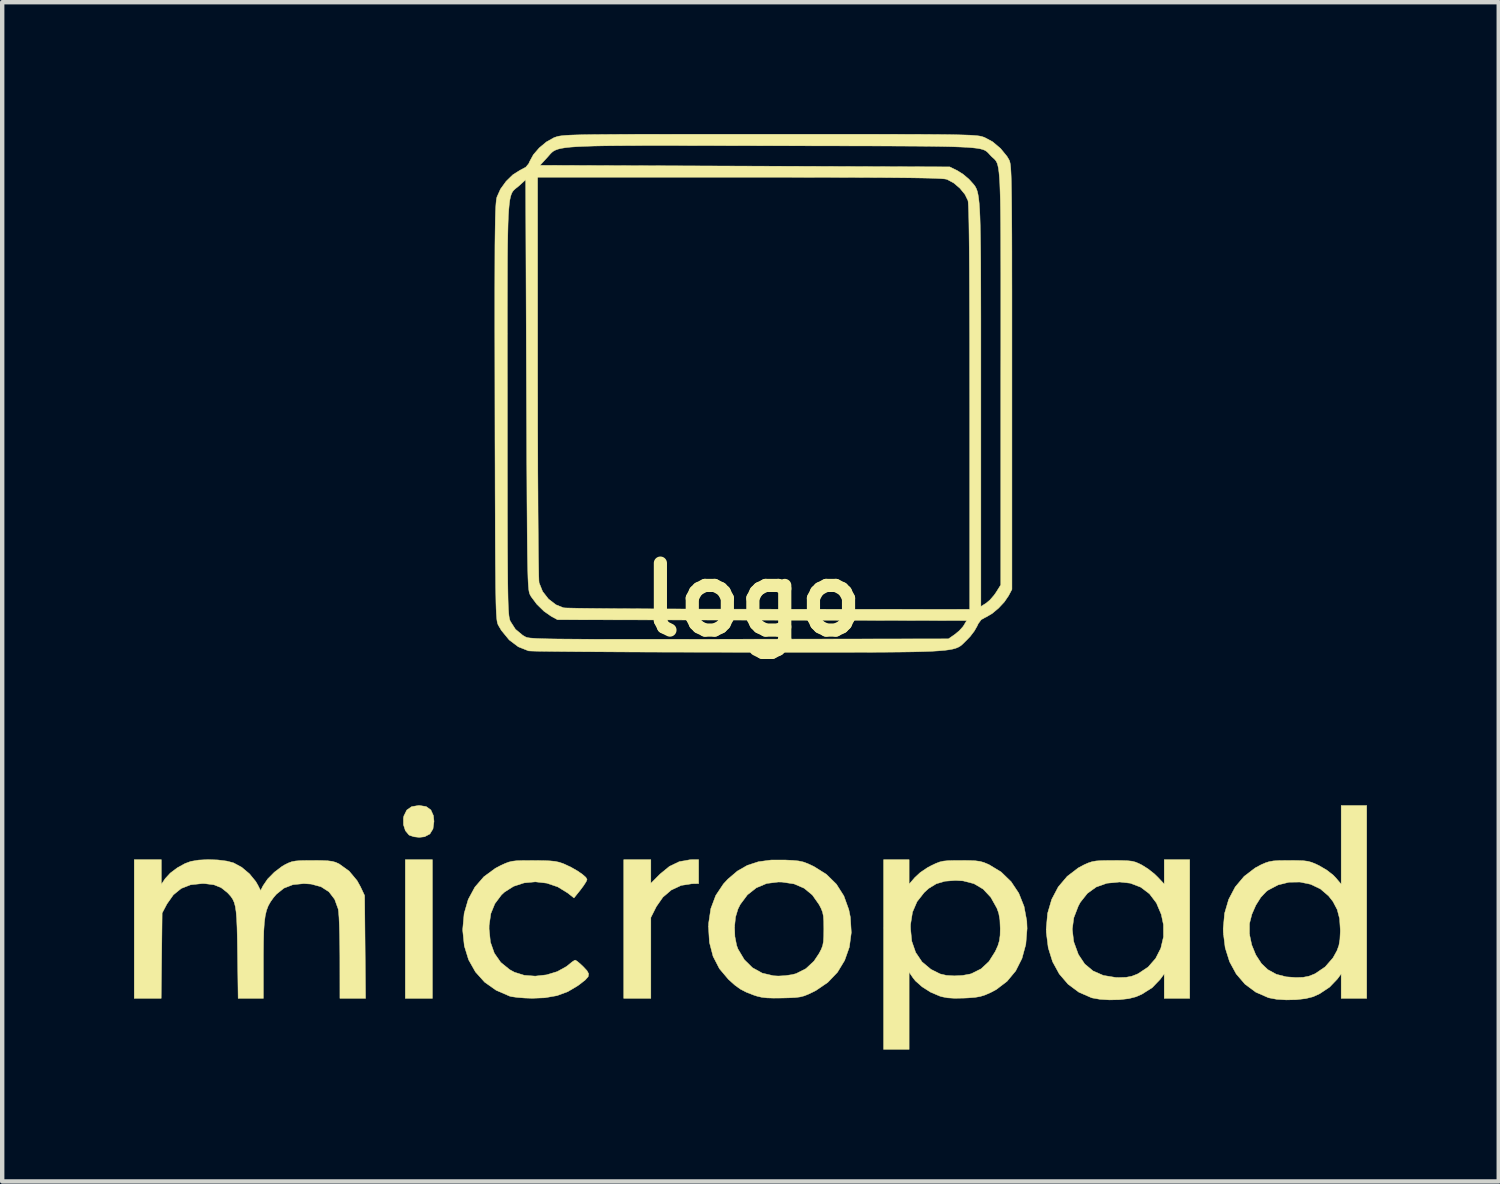
<source format=kicad_pcb>
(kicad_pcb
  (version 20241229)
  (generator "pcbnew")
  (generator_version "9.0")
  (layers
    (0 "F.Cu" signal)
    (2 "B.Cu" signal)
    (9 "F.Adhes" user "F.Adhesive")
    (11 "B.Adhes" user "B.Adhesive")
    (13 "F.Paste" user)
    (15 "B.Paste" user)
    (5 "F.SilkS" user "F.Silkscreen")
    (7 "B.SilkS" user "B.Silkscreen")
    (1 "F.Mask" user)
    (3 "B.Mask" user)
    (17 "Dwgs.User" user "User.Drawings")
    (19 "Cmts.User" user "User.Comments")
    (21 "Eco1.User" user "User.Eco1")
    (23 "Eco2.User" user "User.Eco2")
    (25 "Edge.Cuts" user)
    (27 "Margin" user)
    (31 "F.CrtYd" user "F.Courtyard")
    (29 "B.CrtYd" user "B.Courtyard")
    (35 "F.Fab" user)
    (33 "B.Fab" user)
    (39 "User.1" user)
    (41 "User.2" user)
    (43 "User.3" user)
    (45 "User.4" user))
  (footprint "logo"
    (layer "F.Cu")
    (at 14.084 10.6)
    (property "Reference" "logo" (at 0 0 0) (layer "F.SilkS") (effects (font (size 1.524 1.524) (thickness 0.3))))
    (attr through_hole)
    (fp_poly (pts (xy -7.293 9.071) (xy -7.91 9.071) (xy -7.91 5.915) (xy -7.293 5.915) (xy -7.293 9.071)) (stroke (width 0.01) (type solid)) (fill yes) (layer "F.SilkS"))
    (fp_poly (pts (xy -7.435 4.706) (xy -7.328 4.783) (xy -7.27 4.913) (xy -7.257 5.044) (xy -7.28 5.214) (xy -7.351 5.33) (xy -7.471 5.393) (xy -7.592 5.407) (xy -7.71 5.394) (xy -7.809 5.362) (xy -7.828 5.351) (xy -7.908 5.255) (xy -7.952 5.119) (xy -7.953 4.968) (xy -7.942 4.918) (xy -7.877 4.786) (xy -7.766 4.708) (xy -7.604 4.681) (xy -7.592 4.681) (xy -7.435 4.706)) (stroke (width 0.01) (type solid)) (fill yes) (layer "F.SilkS"))
    (fp_poly (pts (xy -2.322 6.453) (xy -2.111 6.241) (xy -1.897 6.066) (xy -1.673 5.959) (xy -1.427 5.916) (xy -1.372 5.915) (xy -1.234 5.915) (xy -1.234 6.459) (xy -1.388 6.462) (xy -1.633 6.501) (xy -1.856 6.605) (xy -2.047 6.768) (xy -2.197 6.983) (xy -2.208 7.005) (xy -2.322 7.232) (xy -2.322 9.071) (xy -2.939 9.071) (xy -2.939 5.915) (xy -2.322 5.915) (xy -2.322 6.453)) (stroke (width 0.01) (type solid)) (fill yes) (layer "F.SilkS"))
    (fp_poly (pts (xy 9.942 9.071) (xy 9.362 9.071) (xy 9.362 8.513) (xy 9.27 8.638) (xy 9.089 8.827) (xy 8.852 8.977) (xy 8.719 9.035) (xy 8.554 9.077) (xy 8.344 9.101) (xy 8.118 9.106) (xy 7.902 9.093) (xy 7.722 9.061) (xy 7.703 9.055) (xy 7.417 8.93) (xy 7.173 8.748) (xy 6.973 8.515) (xy 6.821 8.237) (xy 6.722 7.919) (xy 6.678 7.568) (xy 6.677 7.498) (xy 7.269 7.498) (xy 7.3 7.766) (xy 7.308 7.798) (xy 7.408 8.072) (xy 7.552 8.288) (xy 7.742 8.447) (xy 7.976 8.549) (xy 8.255 8.595) (xy 8.33 8.597) (xy 8.495 8.592) (xy 8.625 8.567) (xy 8.752 8.517) (xy 8.772 8.507) (xy 8.995 8.358) (xy 9.166 8.163) (xy 9.284 7.931) (xy 9.345 7.672) (xy 9.344 7.394) (xy 9.295 7.161) (xy 9.184 6.9) (xy 9.026 6.692) (xy 8.827 6.541) (xy 8.59 6.45) (xy 8.343 6.423) (xy 8.057 6.451) (xy 7.814 6.537) (xy 7.614 6.681) (xy 7.453 6.884) (xy 7.407 6.969) (xy 7.304 7.237) (xy 7.269 7.498) (xy 6.677 7.498) (xy 6.677 7.481) (xy 6.708 7.135) (xy 6.801 6.818) (xy 6.95 6.535) (xy 7.153 6.295) (xy 7.404 6.103) (xy 7.54 6.03) (xy 7.633 5.989) (xy 7.718 5.961) (xy 7.812 5.944) (xy 7.934 5.936) (xy 8.101 5.933) (xy 8.201 5.933) (xy 8.393 5.934) (xy 8.53 5.939) (xy 8.631 5.95) (xy 8.711 5.971) (xy 8.79 6.005) (xy 8.854 6.037) (xy 8.997 6.127) (xy 9.141 6.241) (xy 9.207 6.305) (xy 9.362 6.469) (xy 9.362 5.915) (xy 9.942 5.915) (xy 9.942 9.071)) (stroke (width 0.01) (type solid)) (fill yes) (layer "F.SilkS"))
    (fp_poly (pts (xy -4.989 5.934) (xy -4.777 5.936) (xy -4.62 5.942) (xy -4.504 5.953) (xy -4.41 5.973) (xy -4.323 6.002) (xy -4.287 6.017) (xy -4.138 6.087) (xy -3.998 6.167) (xy -3.881 6.247) (xy -3.801 6.317) (xy -3.774 6.365) (xy -3.795 6.417) (xy -3.851 6.504) (xy -3.922 6.6) (xy -4.071 6.786) (xy -4.214 6.673) (xy -4.44 6.534) (xy -4.691 6.449) (xy -4.95 6.419) (xy -5.206 6.443) (xy -5.445 6.521) (xy -5.652 6.652) (xy -5.722 6.717) (xy -5.872 6.917) (xy -5.964 7.143) (xy -6.002 7.408) (xy -6.003 7.493) (xy -5.973 7.79) (xy -5.884 8.043) (xy -5.738 8.252) (xy -5.535 8.417) (xy -5.425 8.477) (xy -5.203 8.546) (xy -4.953 8.565) (xy -4.696 8.536) (xy -4.452 8.462) (xy -4.244 8.347) (xy -4.192 8.306) (xy -4.113 8.241) (xy -4.055 8.204) (xy -4.042 8.201) (xy -4.002 8.224) (xy -3.929 8.285) (xy -3.859 8.351) (xy -3.775 8.441) (xy -3.737 8.512) (xy -3.748 8.577) (xy -3.813 8.651) (xy -3.934 8.746) (xy -3.98 8.78) (xy -4.211 8.918) (xy -4.457 9.009) (xy -4.737 9.058) (xy -5.02 9.069) (xy -5.195 9.063) (xy -5.359 9.05) (xy -5.488 9.032) (xy -5.534 9.021) (xy -5.843 8.887) (xy -6.105 8.702) (xy -6.314 8.469) (xy -6.47 8.192) (xy -6.567 7.877) (xy -6.603 7.528) (xy -6.603 7.494) (xy -6.571 7.14) (xy -6.478 6.82) (xy -6.327 6.54) (xy -6.121 6.302) (xy -5.862 6.112) (xy -5.743 6.049) (xy -5.643 6.003) (xy -5.56 5.971) (xy -5.477 5.951) (xy -5.377 5.939) (xy -5.244 5.935) (xy -5.061 5.934) (xy -4.989 5.934)) (stroke (width 0.01) (type solid)) (fill yes) (layer "F.SilkS"))
    (fp_poly (pts (xy 13.97 9.071) (xy 13.389 9.071) (xy 13.389 8.513) (xy 13.304 8.629) (xy 13.126 8.815) (xy 12.899 8.966) (xy 12.75 9.034) (xy 12.582 9.076) (xy 12.37 9.101) (xy 12.142 9.106) (xy 11.925 9.093) (xy 11.745 9.059) (xy 11.731 9.055) (xy 11.445 8.93) (xy 11.2 8.748) (xy 11 8.515) (xy 10.849 8.237) (xy 10.749 7.919) (xy 10.706 7.568) (xy 10.704 7.481) (xy 10.714 7.379) (xy 11.302 7.379) (xy 11.302 7.613) (xy 11.353 7.854) (xy 11.446 8.082) (xy 11.574 8.279) (xy 11.719 8.417) (xy 11.913 8.523) (xy 12.138 8.581) (xy 12.357 8.597) (xy 12.523 8.592) (xy 12.652 8.567) (xy 12.78 8.517) (xy 12.8 8.507) (xy 13.024 8.355) (xy 13.203 8.149) (xy 13.294 7.985) (xy 13.337 7.866) (xy 13.36 7.729) (xy 13.369 7.55) (xy 13.369 7.511) (xy 13.353 7.259) (xy 13.299 7.051) (xy 13.202 6.867) (xy 13.103 6.741) (xy 12.917 6.581) (xy 12.695 6.475) (xy 12.451 6.424) (xy 12.2 6.428) (xy 11.954 6.489) (xy 11.729 6.607) (xy 11.683 6.641) (xy 11.559 6.773) (xy 11.446 6.953) (xy 11.357 7.156) (xy 11.305 7.358) (xy 11.302 7.379) (xy 10.714 7.379) (xy 10.736 7.135) (xy 10.829 6.818) (xy 10.978 6.535) (xy 11.18 6.295) (xy 11.431 6.103) (xy 11.567 6.03) (xy 11.663 5.988) (xy 11.75 5.96) (xy 11.847 5.943) (xy 11.973 5.935) (xy 12.146 5.933) (xy 12.211 5.933) (xy 12.398 5.934) (xy 12.533 5.939) (xy 12.633 5.952) (xy 12.719 5.976) (xy 12.811 6.014) (xy 12.89 6.052) (xy 13.062 6.153) (xy 13.209 6.268) (xy 13.261 6.322) (xy 13.389 6.472) (xy 13.389 4.681) (xy 13.97 4.681) (xy 13.97 9.071)) (stroke (width 0.01) (type solid)) (fill yes) (layer "F.SilkS"))
    (fp_poly (pts (xy 3.556 6.472) (xy 3.685 6.322) (xy 3.808 6.208) (xy 3.972 6.097) (xy 4.056 6.052) (xy 4.163 6.001) (xy 4.251 5.967) (xy 4.339 5.947) (xy 4.448 5.937) (xy 4.595 5.933) (xy 4.735 5.933) (xy 4.926 5.934) (xy 5.064 5.94) (xy 5.168 5.954) (xy 5.256 5.978) (xy 5.347 6.016) (xy 5.378 6.03) (xy 5.651 6.196) (xy 5.877 6.415) (xy 6.052 6.678) (xy 6.172 6.979) (xy 6.234 7.312) (xy 6.241 7.481) (xy 6.212 7.841) (xy 6.124 8.164) (xy 5.982 8.446) (xy 5.786 8.682) (xy 5.54 8.87) (xy 5.412 8.938) (xy 5.287 8.993) (xy 5.175 9.028) (xy 5.053 9.049) (xy 4.894 9.061) (xy 4.802 9.065) (xy 4.591 9.069) (xy 4.431 9.059) (xy 4.302 9.034) (xy 4.252 9.019) (xy 4.044 8.93) (xy 3.853 8.809) (xy 3.7 8.674) (xy 3.645 8.605) (xy 3.556 8.474) (xy 3.556 10.233) (xy 2.975 10.233) (xy 2.975 7.47) (xy 3.587 7.47) (xy 3.616 7.769) (xy 3.705 8.026) (xy 3.85 8.241) (xy 4.052 8.41) (xy 4.262 8.515) (xy 4.404 8.548) (xy 4.585 8.559) (xy 4.774 8.549) (xy 4.943 8.518) (xy 4.976 8.508) (xy 5.194 8.399) (xy 5.373 8.232) (xy 5.517 8.004) (xy 5.577 7.871) (xy 5.611 7.758) (xy 5.627 7.634) (xy 5.63 7.482) (xy 5.622 7.285) (xy 5.595 7.133) (xy 5.555 7.021) (xy 5.415 6.771) (xy 5.241 6.585) (xy 5.032 6.461) (xy 4.784 6.397) (xy 4.61 6.387) (xy 4.37 6.405) (xy 4.175 6.463) (xy 4.003 6.568) (xy 3.901 6.66) (xy 3.736 6.87) (xy 3.633 7.109) (xy 3.589 7.386) (xy 3.587 7.47) (xy 2.975 7.47) (xy 2.975 5.915) (xy 3.556 5.915) (xy 3.556 6.472)) (stroke (width 0.01) (type solid)) (fill yes) (layer "F.SilkS"))
    (fp_poly (pts (xy 0.907 5.931) (xy 1.04 5.944) (xy 1.147 5.967) (xy 1.25 6.005) (xy 1.374 6.063) (xy 1.392 6.072) (xy 1.674 6.249) (xy 1.901 6.472) (xy 2.071 6.74) (xy 2.184 7.053) (xy 2.219 7.226) (xy 2.24 7.574) (xy 2.196 7.904) (xy 2.089 8.207) (xy 1.925 8.478) (xy 1.705 8.708) (xy 1.434 8.893) (xy 1.387 8.917) (xy 1.266 8.975) (xy 1.17 9.014) (xy 1.077 9.038) (xy 0.968 9.052) (xy 0.822 9.059) (xy 0.673 9.063) (xy 0.47 9.065) (xy 0.318 9.06) (xy 0.2 9.046) (xy 0.094 9.021) (xy 0.023 8.998) (xy -0.149 8.931) (xy -0.284 8.861) (xy -0.41 8.77) (xy -0.554 8.641) (xy -0.556 8.639) (xy -0.761 8.396) (xy -0.906 8.114) (xy -0.989 7.795) (xy -1.01 7.439) (xy -1.01 7.438) (xy -0.417 7.438) (xy -0.409 7.664) (xy -0.369 7.867) (xy -0.339 7.948) (xy -0.195 8.19) (xy -0.009 8.374) (xy 0.214 8.497) (xy 0.471 8.557) (xy 0.583 8.563) (xy 0.739 8.554) (xy 0.894 8.531) (xy 0.984 8.508) (xy 1.207 8.395) (xy 1.392 8.222) (xy 1.507 8.05) (xy 1.557 7.954) (xy 1.589 7.87) (xy 1.606 7.776) (xy 1.613 7.651) (xy 1.615 7.493) (xy 1.613 7.321) (xy 1.605 7.2) (xy 1.586 7.108) (xy 1.553 7.024) (xy 1.507 6.936) (xy 1.354 6.719) (xy 1.166 6.564) (xy 0.938 6.466) (xy 0.666 6.425) (xy 0.581 6.423) (xy 0.315 6.456) (xy 0.079 6.555) (xy -0.124 6.715) (xy -0.286 6.932) (xy -0.339 7.038) (xy -0.394 7.22) (xy -0.417 7.438) (xy -1.01 7.438) (xy -1.007 7.365) (xy -0.957 7.029) (xy -0.845 6.73) (xy -0.67 6.467) (xy -0.568 6.357) (xy -0.353 6.174) (xy -0.126 6.044) (xy 0.125 5.962) (xy 0.414 5.923) (xy 0.725 5.922) (xy 0.907 5.931)) (stroke (width 0.01) (type solid)) (fill yes) (layer "F.SilkS"))
    (fp_poly (pts (xy -12.176 5.921) (xy -11.971 5.947) (xy -11.82 5.987) (xy -11.634 6.087) (xy -11.457 6.236) (xy -11.313 6.412) (xy -11.266 6.493) (xy -11.203 6.618) (xy -11.149 6.511) (xy -11.043 6.355) (xy -10.89 6.2) (xy -10.716 6.068) (xy -10.65 6.029) (xy -10.568 5.989) (xy -10.493 5.961) (xy -10.408 5.945) (xy -10.294 5.936) (xy -10.135 5.933) (xy -10.015 5.933) (xy -9.817 5.934) (xy -9.676 5.94) (xy -9.575 5.953) (xy -9.497 5.974) (xy -9.427 6.006) (xy -9.416 6.011) (xy -9.188 6.175) (xy -9.007 6.392) (xy -8.93 6.531) (xy -8.836 6.731) (xy -8.825 7.901) (xy -8.814 9.071) (xy -9.398 9.071) (xy -9.399 8.137) (xy -9.401 7.874) (xy -9.405 7.627) (xy -9.411 7.407) (xy -9.419 7.226) (xy -9.429 7.097) (xy -9.437 7.039) (xy -9.518 6.816) (xy -9.648 6.646) (xy -9.827 6.531) (xy -10.053 6.47) (xy -10.22 6.459) (xy -10.468 6.484) (xy -10.672 6.563) (xy -10.844 6.701) (xy -10.912 6.781) (xy -10.978 6.874) (xy -11.03 6.967) (xy -11.069 7.07) (xy -11.098 7.194) (xy -11.118 7.348) (xy -11.131 7.543) (xy -11.137 7.787) (xy -11.14 8.091) (xy -11.14 8.189) (xy -11.14 9.071) (xy -11.714 9.071) (xy -11.728 8.046) (xy -11.733 7.723) (xy -11.739 7.464) (xy -11.748 7.259) (xy -11.761 7.1) (xy -11.779 6.979) (xy -11.805 6.885) (xy -11.839 6.811) (xy -11.883 6.747) (xy -11.939 6.685) (xy -11.963 6.661) (xy -12.102 6.551) (xy -12.265 6.486) (xy -12.471 6.46) (xy -12.537 6.459) (xy -12.795 6.486) (xy -13.01 6.57) (xy -13.188 6.715) (xy -13.335 6.923) (xy -13.346 6.944) (xy -13.444 7.13) (xy -13.466 9.071) (xy -14.079 9.071) (xy -14.079 5.915) (xy -13.462 5.915) (xy -13.462 6.476) (xy -13.374 6.345) (xy -13.26 6.221) (xy -13.101 6.101) (xy -12.924 6.003) (xy -12.791 5.954) (xy -12.614 5.924) (xy -12.4 5.913) (xy -12.176 5.921)) (stroke (width 0.01) (type solid)) (fill yes) (layer "F.SilkS"))
    (fp_poly (pts (xy 1.061 -10.595) (xy 1.672 -10.595) (xy 2.218 -10.595) (xy 2.703 -10.595) (xy 3.131 -10.594) (xy 3.506 -10.593) (xy 3.831 -10.592) (xy 4.11 -10.59) (xy 4.347 -10.588) (xy 4.547 -10.585) (xy 4.712 -10.581) (xy 4.847 -10.577) (xy 4.955 -10.573) (xy 5.04 -10.567) (xy 5.107 -10.561) (xy 5.159 -10.554) (xy 5.199 -10.546) (xy 5.232 -10.536) (xy 5.262 -10.526) (xy 5.27 -10.523) (xy 5.457 -10.423) (xy 5.636 -10.272) (xy 5.784 -10.091) (xy 5.829 -10.015) (xy 5.839 -9.995) (xy 5.847 -9.969) (xy 5.855 -9.935) (xy 5.862 -9.889) (xy 5.868 -9.826) (xy 5.873 -9.744) (xy 5.878 -9.638) (xy 5.882 -9.505) (xy 5.885 -9.341) (xy 5.888 -9.142) (xy 5.89 -8.904) (xy 5.892 -8.624) (xy 5.894 -8.299) (xy 5.895 -7.924) (xy 5.895 -7.495) (xy 5.896 -7.009) (xy 5.896 -6.463) (xy 5.896 -5.851) (xy 5.896 -5.172) (xy 5.896 -0.236) (xy 5.818 -0.089) (xy 5.722 0.051) (xy 5.591 0.191) (xy 5.448 0.311) (xy 5.313 0.391) (xy 5.293 0.399) (xy 5.197 0.453) (xy 5.13 0.543) (xy 5.103 0.601) (xy 5.04 0.711) (xy 4.945 0.836) (xy 4.864 0.92) (xy 4.824 0.959) (xy 4.788 0.995) (xy 4.754 1.027) (xy 4.717 1.055) (xy 4.673 1.08) (xy 4.62 1.102) (xy 4.552 1.121) (xy 4.467 1.137) (xy 4.36 1.151) (xy 4.228 1.162) (xy 4.067 1.172) (xy 3.873 1.179) (xy 3.642 1.185) (xy 3.371 1.189) (xy 3.056 1.192) (xy 2.693 1.194) (xy 2.278 1.195) (xy 1.807 1.195) (xy 1.278 1.195) (xy 0.685 1.195) (xy 0.025 1.194) (xy -0.342 1.194) (xy -0.919 1.193) (xy -1.477 1.192) (xy -2.012 1.191) (xy -2.519 1.189) (xy -2.993 1.187) (xy -3.432 1.184) (xy -3.829 1.182) (xy -4.181 1.179) (xy -4.482 1.176) (xy -4.73 1.173) (xy -4.919 1.17) (xy -5.044 1.166) (xy -5.102 1.163) (xy -5.104 1.163) (xy -5.338 1.07) (xy -5.546 0.913) (xy -5.725 0.695) (xy -5.792 0.581) (xy -5.802 0.56) (xy -5.811 0.534) (xy -5.819 0.5) (xy -5.826 0.453) (xy -5.832 0.39) (xy -5.838 0.307) (xy -5.843 0.199) (xy -5.847 0.064) (xy -5.85 -0.102) (xy -5.854 -0.303) (xy -5.856 -0.544) (xy -5.859 -0.827) (xy -5.861 -1.156) (xy -5.863 -1.536) (xy -5.864 -1.97) (xy -5.866 -2.462) (xy -5.867 -3.015) (xy -5.869 -3.634) (xy -5.87 -4.261) (xy -5.871 -4.952) (xy -5.872 -5.574) (xy -5.873 -6.13) (xy -5.873 -6.565) (xy -5.588 -6.565) (xy -5.588 -6.051) (xy -5.588 -5.474) (xy -5.587 -4.831) (xy -5.587 -4.349) (xy -5.587 -3.668) (xy -5.587 -3.057) (xy -5.586 -2.51) (xy -5.586 -2.025) (xy -5.585 -1.596) (xy -5.584 -1.222) (xy -5.582 -0.897) (xy -5.58 -0.619) (xy -5.578 -0.382) (xy -5.575 -0.184) (xy -5.572 -0.021) (xy -5.568 0.112) (xy -5.563 0.217) (xy -5.557 0.299) (xy -5.551 0.362) (xy -5.544 0.409) (xy -5.536 0.444) (xy -5.527 0.472) (xy -5.519 0.49) (xy -5.404 0.67) (xy -5.237 0.809) (xy -5.171 0.847) (xy -5.15 0.855) (xy -5.118 0.863) (xy -5.071 0.87) (xy -5.006 0.875) (xy -4.919 0.881) (xy -4.807 0.885) (xy -4.664 0.889) (xy -4.489 0.892) (xy -4.277 0.894) (xy -4.024 0.896) (xy -3.728 0.898) (xy -3.383 0.899) (xy -2.987 0.899) (xy -2.536 0.899) (xy -2.026 0.899) (xy -1.454 0.899) (xy -0.815 0.898) (xy -0.305 0.897) (xy 4.451 0.889) (xy 4.594 0.79) (xy 4.697 0.705) (xy 4.782 0.611) (xy 4.801 0.582) (xy 4.866 0.473) (xy 0.21 0.463) (xy -4.445 0.454) (xy -4.59 0.375) (xy -4.756 0.259) (xy -4.917 0.101) (xy -5.045 -0.07) (xy -5.067 -0.109) (xy -5.077 -0.13) (xy -5.086 -0.156) (xy -5.094 -0.191) (xy -5.101 -0.239) (xy -5.107 -0.304) (xy -5.113 -0.39) (xy -5.118 -0.499) (xy -5.122 -0.637) (xy -5.126 -0.807) (xy -5.13 -1.012) (xy -5.133 -1.257) (xy -5.136 -1.545) (xy -5.138 -1.88) (xy -5.141 -2.266) (xy -5.143 -2.707) (xy -5.146 -3.206) (xy -5.148 -3.767) (xy -5.151 -4.394) (xy -5.153 -4.898) (xy -5.171 -9.559) (xy -5.321 -9.423) (xy -5.359 -9.391) (xy -5.394 -9.364) (xy -5.424 -9.338) (xy -5.452 -9.31) (xy -5.476 -9.276) (xy -5.497 -9.231) (xy -5.515 -9.174) (xy -5.531 -9.099) (xy -5.544 -9.002) (xy -5.555 -8.881) (xy -5.565 -8.732) (xy -5.572 -8.549) (xy -5.577 -8.331) (xy -5.582 -8.073) (xy -5.585 -7.771) (xy -5.586 -7.421) (xy -5.587 -7.021) (xy -5.588 -6.565) (xy -5.873 -6.565) (xy -5.873 -6.626) (xy -5.873 -7.063) (xy -5.872 -7.447) (xy -5.871 -7.78) (xy -5.87 -8.067) (xy -5.867 -8.311) (xy -5.864 -8.515) (xy -5.861 -8.685) (xy -5.857 -8.822) (xy -5.852 -8.932) (xy -5.846 -9.017) (xy -5.84 -9.082) (xy -5.833 -9.129) (xy -5.825 -9.164) (xy -5.825 -9.165) (xy -5.744 -9.346) (xy -5.616 -9.523) (xy -5.521 -9.616) (xy -4.899 -9.616) (xy -4.898 -5.071) (xy -4.897 -4.5) (xy -4.897 -3.948) (xy -4.895 -3.418) (xy -4.894 -2.917) (xy -4.891 -2.447) (xy -4.889 -2.014) (xy -4.886 -1.622) (xy -4.883 -1.276) (xy -4.88 -0.98) (xy -4.876 -0.738) (xy -4.873 -0.556) (xy -4.869 -0.438) (xy -4.865 -0.388) (xy -4.785 -0.189) (xy -4.651 -0.017) (xy -4.48 0.114) (xy -4.309 0.182) (xy -4.259 0.186) (xy -4.14 0.189) (xy -3.958 0.193) (xy -3.716 0.196) (xy -3.42 0.199) (xy -3.074 0.202) (xy -2.682 0.204) (xy -2.249 0.207) (xy -1.78 0.209) (xy -1.278 0.211) (xy -0.748 0.212) (xy -0.195 0.213) (xy 0.372 0.214) (xy 4.935 0.218) (xy 4.935 -4.363) (xy 4.934 -5.132) (xy 4.934 -5.83) (xy 4.932 -6.457) (xy 4.93 -7.014) (xy 4.928 -7.503) (xy 4.925 -7.924) (xy 4.921 -8.279) (xy 4.917 -8.568) (xy 4.912 -8.793) (xy 4.906 -8.954) (xy 4.9 -9.052) (xy 4.896 -9.084) (xy 4.828 -9.224) (xy 4.712 -9.366) (xy 4.571 -9.486) (xy 4.424 -9.565) (xy 4.405 -9.571) (xy 4.365 -9.578) (xy 4.293 -9.584) (xy 4.186 -9.59) (xy 4.04 -9.595) (xy 3.852 -9.599) (xy 3.62 -9.603) (xy 3.34 -9.606) (xy 3.009 -9.609) (xy 2.625 -9.611) (xy 2.183 -9.613) (xy 1.682 -9.614) (xy 1.118 -9.615) (xy 0.487 -9.616) (xy -0.212 -9.616) (xy -0.322 -9.616) (xy -4.899 -9.616) (xy -5.521 -9.616) (xy -5.461 -9.674) (xy -5.297 -9.777) (xy -5.284 -9.783) (xy -5.169 -9.845) (xy -5.132 -9.888) (xy -4.844 -9.888) (xy 4.481 -9.852) (xy 4.654 -9.767) (xy 4.785 -9.684) (xy 4.912 -9.577) (xy 4.951 -9.536) (xy 4.985 -9.497) (xy 5.016 -9.463) (xy 5.043 -9.43) (xy 5.067 -9.393) (xy 5.089 -9.349) (xy 5.108 -9.295) (xy 5.124 -9.225) (xy 5.138 -9.137) (xy 5.15 -9.027) (xy 5.16 -8.891) (xy 5.168 -8.724) (xy 5.174 -8.524) (xy 5.179 -8.286) (xy 5.183 -8.007) (xy 5.186 -7.683) (xy 5.187 -7.31) (xy 5.188 -6.883) (xy 5.189 -6.4) (xy 5.189 -5.857) (xy 5.189 -5.249) (xy 5.189 -4.573) (xy 5.189 -4.453) (xy 5.189 0.152) (xy 5.307 0.079) (xy 5.395 0.005) (xy 5.489 -0.103) (xy 5.534 -0.167) (xy 5.642 -0.339) (xy 5.642 -5.059) (xy 5.643 -5.749) (xy 5.643 -6.369) (xy 5.643 -6.925) (xy 5.643 -7.419) (xy 5.642 -7.856) (xy 5.641 -8.239) (xy 5.639 -8.572) (xy 5.636 -8.858) (xy 5.632 -9.103) (xy 5.626 -9.308) (xy 5.62 -9.478) (xy 5.611 -9.618) (xy 5.601 -9.729) (xy 5.589 -9.817) (xy 5.575 -9.885) (xy 5.559 -9.937) (xy 5.54 -9.976) (xy 5.519 -10.006) (xy 5.495 -10.032) (xy 5.468 -10.056) (xy 5.438 -10.083) (xy 5.42 -10.101) (xy 5.39 -10.133) (xy 5.364 -10.162) (xy 5.339 -10.187) (xy 5.311 -10.21) (xy 5.276 -10.231) (xy 5.231 -10.248) (xy 5.171 -10.264) (xy 5.093 -10.277) (xy 4.993 -10.288) (xy 4.868 -10.298) (xy 4.712 -10.305) (xy 4.524 -10.312) (xy 4.298 -10.317) (xy 4.031 -10.321) (xy 3.719 -10.324) (xy 3.358 -10.326) (xy 2.946 -10.328) (xy 2.477 -10.329) (xy 1.948 -10.33) (xy 1.355 -10.331) (xy 0.695 -10.333) (xy 0.474 -10.333) (xy -0.221 -10.335) (xy -0.847 -10.336) (xy -1.408 -10.337) (xy -1.908 -10.338) (xy -2.35 -10.338) (xy -2.738 -10.337) (xy -3.077 -10.335) (xy -3.369 -10.332) (xy -3.619 -10.327) (xy -3.829 -10.32) (xy -4.005 -10.312) (xy -4.15 -10.302) (xy -4.267 -10.289) (xy -4.361 -10.274) (xy -4.434 -10.256) (xy -4.491 -10.235) (xy -4.536 -10.212) (xy -4.572 -10.184) (xy -4.603 -10.154) (xy -4.633 -10.12) (xy -4.666 -10.082) (xy -4.685 -10.061) (xy -4.844 -9.888) (xy -5.132 -9.888) (xy -5.103 -9.923) (xy -5.08 -9.975) (xy -4.995 -10.13) (xy -4.861 -10.285) (xy -4.699 -10.42) (xy -4.53 -10.515) (xy -4.512 -10.522) (xy -4.483 -10.532) (xy -4.451 -10.542) (xy -4.414 -10.551) (xy -4.368 -10.558) (xy -4.308 -10.565) (xy -4.23 -10.571) (xy -4.132 -10.576) (xy -4.009 -10.58) (xy -3.858 -10.584) (xy -3.673 -10.587) (xy -3.453 -10.589) (xy -3.192 -10.591) (xy -2.887 -10.593) (xy -2.534 -10.594) (xy -2.13 -10.594) (xy -1.67 -10.595) (xy -1.15 -10.595) (xy -0.568 -10.595) (xy 0.082 -10.595) (xy 0.381 -10.595) (xy 1.061 -10.595)) (stroke (width 0.01) (type solid)) (fill yes) (layer "F.SilkS")))
  (gr_rect
    (start -3 -3)
    (end 31.059 23.838)
    (stroke (width 0.1) (type default))
    (fill no)
    (layer "Edge.Cuts")))
</source>
